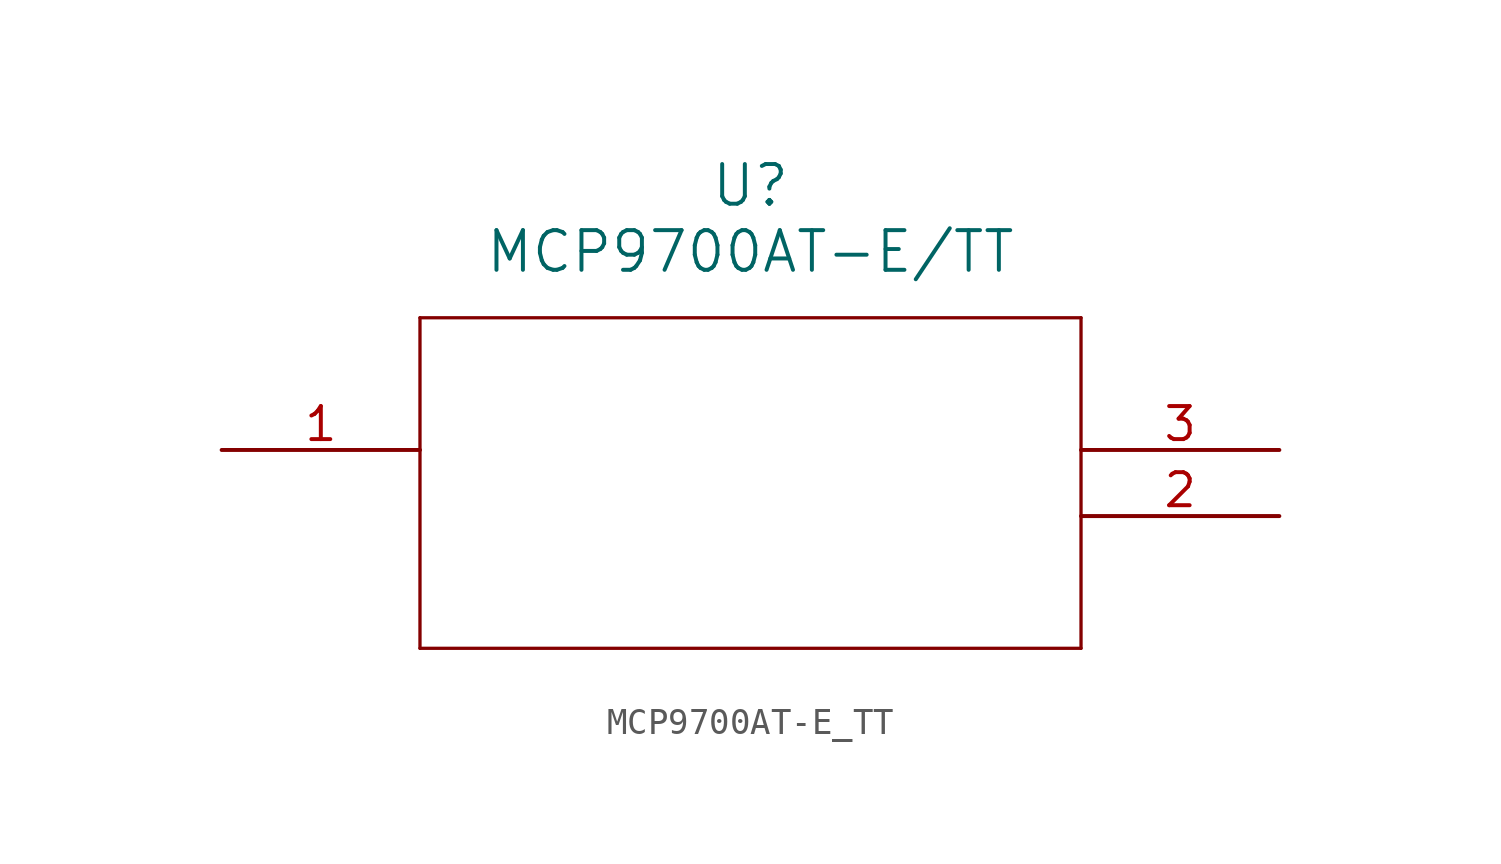
<source format=kicad_sym>
(kicad_symbol_lib
  (version 20211014)
  (generator kicad_symbol_editor)
  (symbol "MCP9700AT-E_TT"
    (pin_names
      (offset 0.254))
    (property "Reference" "U"
      (at 20.32 10.16 0)
      (effects (font (size 1.524 1.524))))
    (property "Value" "MCP9700AT-E/TT"
      (at 20.32 7.62 0)
      (effects (font (size 1.524 1.524))))
    (symbol "MCP9700AT-E_TT_0_1"
      (polyline (pts (xy 7.62 5.08) (xy 7.62 -7.62)) (stroke (width 0.127) (type default) (color 0 0 0 0)) (fill (type none)))
      (polyline (pts (xy 7.62 -7.62) (xy 33.02 -7.62)) (stroke (width 0.127) (type default) (color 0 0 0 0)) (fill (type none)))
      (polyline (pts (xy 33.02 -7.62) (xy 33.02 5.08)) (stroke (width 0.127) (type default) (color 0 0 0 0)) (fill (type none)))
      (polyline (pts (xy 33.02 5.08) (xy 7.62 5.08)) (stroke (width 0.127) (type default) (color 0 0 0 0)) (fill (type none)))
      (pin unspecified line (at 0 0 0) (length 7.62) (name "" (effects (font (size 1.27 1.27)))) (number "1" (effects (font (size 1.27 1.27)))))
      (pin unspecified line (at 40.64 -2.54 180) (length 7.62) (name "" (effects (font (size 1.27 1.27)))) (number "2" (effects (font (size 1.27 1.27)))))
      (pin unspecified line (at 40.64 0 180) (length 7.62) (name "" (effects (font (size 1.27 1.27)))) (number "3" (effects (font (size 1.27 1.27))))))))
</source>
